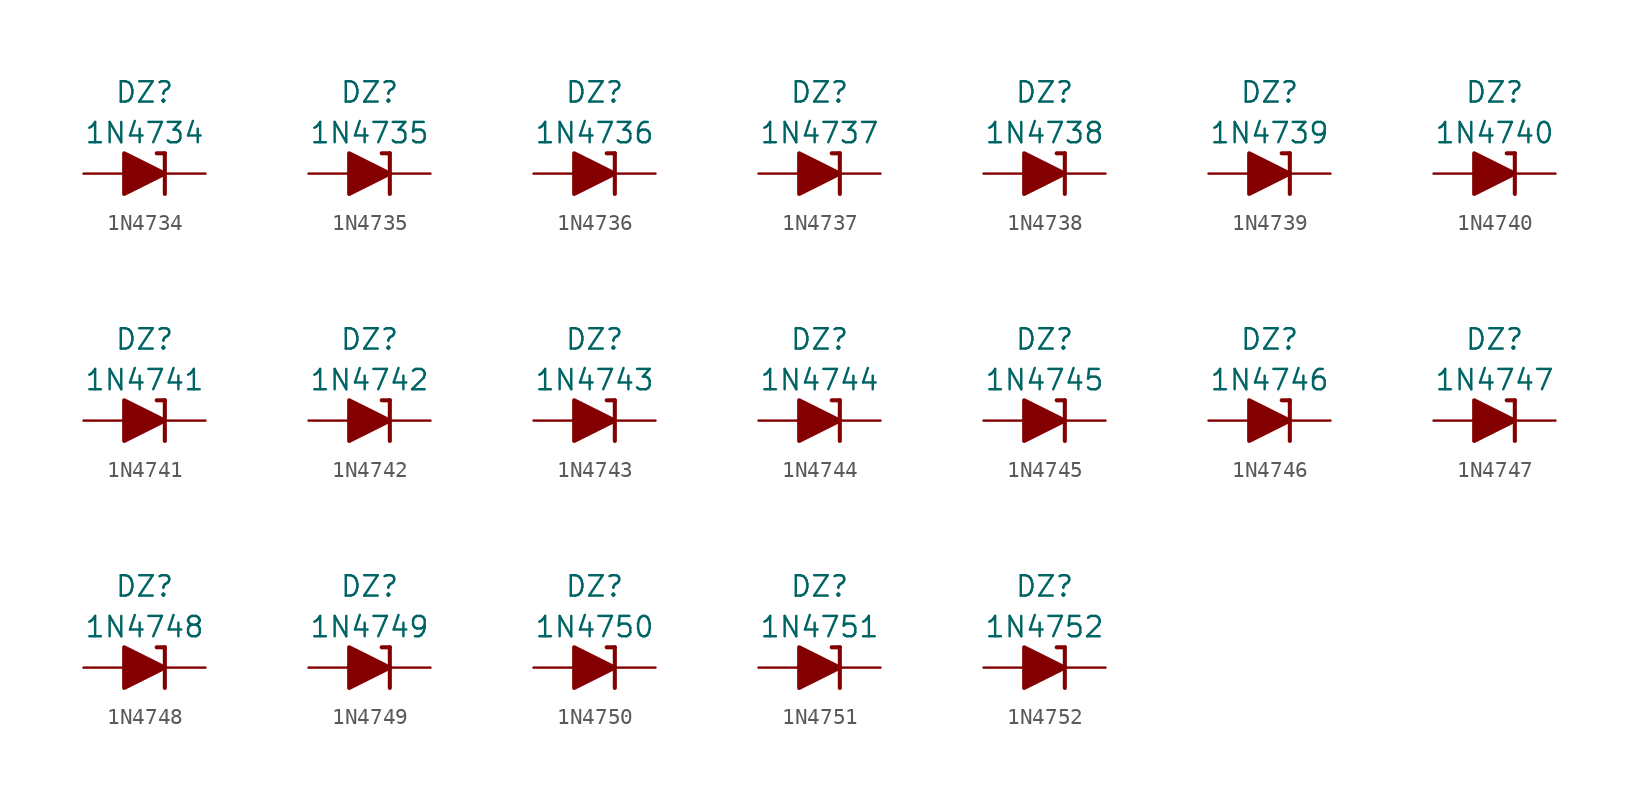
<source format=kicad_sym>
(kicad_symbol_lib
  (version 20201005)
  (generator kicad_symbol_editor)
  (symbol "Diode_Zener_AKL:1N4734"
    (pin_numbers hide)
    (pin_names
      (offset 1.016) hide)
    (property "Reference" "DZ"
      (at 0 5.08 0)
      (effects (font (size 1.27 1.27))))
    (property "Value" "1N4734"
      (at 0 2.54 0)
      (effects (font (size 1.27 1.27))))
    (symbol "1N4734_0_1"
      (polyline (pts (xy -1.27 0) (xy 1.27 0)) (stroke (width 0)) (fill (type none)))
      (polyline (pts (xy 1.27 1.27) (xy 0.762 1.27)) (stroke (width 0.254)) (fill (type none)))
      (polyline (pts (xy 1.27 1.27) (xy 1.27 -1.27)) (stroke (width 0.254)) (fill (type none)))
      (polyline (pts (xy -1.27 -1.27) (xy -1.27 1.27) (xy 1.27 0) (xy -1.27 -1.27)) (stroke (width 0.254)) (fill (type outline))))
    (symbol "1N4734_1_1"
      (pin passive line (at 3.81 0 180) (length 2.54) (name "K" (effects (font (size 1.27 1.27)))) (number "1" (effects (font (size 1.27 1.27)))))
      (pin passive line (at -3.81 0 0) (length 2.54) (name "A" (effects (font (size 1.27 1.27)))) (number "2" (effects (font (size 1.27 1.27)))))))
  (symbol "Diode_Zener_AKL:1N4735"
    (pin_numbers hide)
    (pin_names
      (offset 1.016) hide)
    (property "Reference" "DZ"
      (at 0 5.08 0)
      (effects (font (size 1.27 1.27))))
    (property "Value" "1N4735"
      (at 0 2.54 0)
      (effects (font (size 1.27 1.27))))
    (symbol "1N4735_0_1"
      (polyline (pts (xy -1.27 0) (xy 1.27 0)) (stroke (width 0)) (fill (type none)))
      (polyline (pts (xy 1.27 1.27) (xy 0.762 1.27)) (stroke (width 0.254)) (fill (type none)))
      (polyline (pts (xy 1.27 1.27) (xy 1.27 -1.27)) (stroke (width 0.254)) (fill (type none)))
      (polyline (pts (xy -1.27 -1.27) (xy -1.27 1.27) (xy 1.27 0) (xy -1.27 -1.27)) (stroke (width 0.254)) (fill (type outline))))
    (symbol "1N4735_1_1"
      (pin passive line (at 3.81 0 180) (length 2.54) (name "K" (effects (font (size 1.27 1.27)))) (number "1" (effects (font (size 1.27 1.27)))))
      (pin passive line (at -3.81 0 0) (length 2.54) (name "A" (effects (font (size 1.27 1.27)))) (number "2" (effects (font (size 1.27 1.27)))))))
  (symbol "Diode_Zener_AKL:1N4736"
    (pin_numbers hide)
    (pin_names
      (offset 1.016) hide)
    (property "Reference" "DZ"
      (at 0 5.08 0)
      (effects (font (size 1.27 1.27))))
    (property "Value" "1N4736"
      (at 0 2.54 0)
      (effects (font (size 1.27 1.27))))
    (symbol "1N4736_0_1"
      (polyline (pts (xy -1.27 0) (xy 1.27 0)) (stroke (width 0)) (fill (type none)))
      (polyline (pts (xy 1.27 1.27) (xy 0.762 1.27)) (stroke (width 0.254)) (fill (type none)))
      (polyline (pts (xy 1.27 1.27) (xy 1.27 -1.27)) (stroke (width 0.254)) (fill (type none)))
      (polyline (pts (xy -1.27 -1.27) (xy -1.27 1.27) (xy 1.27 0) (xy -1.27 -1.27)) (stroke (width 0.254)) (fill (type outline))))
    (symbol "1N4736_1_1"
      (pin passive line (at 3.81 0 180) (length 2.54) (name "K" (effects (font (size 1.27 1.27)))) (number "1" (effects (font (size 1.27 1.27)))))
      (pin passive line (at -3.81 0 0) (length 2.54) (name "A" (effects (font (size 1.27 1.27)))) (number "2" (effects (font (size 1.27 1.27)))))))
  (symbol "Diode_Zener_AKL:1N4737"
    (pin_numbers hide)
    (pin_names
      (offset 1.016) hide)
    (property "Reference" "DZ"
      (at 0 5.08 0)
      (effects (font (size 1.27 1.27))))
    (property "Value" "1N4737"
      (at 0 2.54 0)
      (effects (font (size 1.27 1.27))))
    (symbol "1N4737_0_1"
      (polyline (pts (xy -1.27 0) (xy 1.27 0)) (stroke (width 0)) (fill (type none)))
      (polyline (pts (xy 1.27 1.27) (xy 0.762 1.27)) (stroke (width 0.254)) (fill (type none)))
      (polyline (pts (xy 1.27 1.27) (xy 1.27 -1.27)) (stroke (width 0.254)) (fill (type none)))
      (polyline (pts (xy -1.27 -1.27) (xy -1.27 1.27) (xy 1.27 0) (xy -1.27 -1.27)) (stroke (width 0.254)) (fill (type outline))))
    (symbol "1N4737_1_1"
      (pin passive line (at 3.81 0 180) (length 2.54) (name "K" (effects (font (size 1.27 1.27)))) (number "1" (effects (font (size 1.27 1.27)))))
      (pin passive line (at -3.81 0 0) (length 2.54) (name "A" (effects (font (size 1.27 1.27)))) (number "2" (effects (font (size 1.27 1.27)))))))
  (symbol "Diode_Zener_AKL:1N4738"
    (pin_numbers hide)
    (pin_names
      (offset 1.016) hide)
    (property "Reference" "DZ"
      (at 0 5.08 0)
      (effects (font (size 1.27 1.27))))
    (property "Value" "1N4738"
      (at 0 2.54 0)
      (effects (font (size 1.27 1.27))))
    (symbol "1N4738_0_1"
      (polyline (pts (xy -1.27 0) (xy 1.27 0)) (stroke (width 0)) (fill (type none)))
      (polyline (pts (xy 1.27 1.27) (xy 0.762 1.27)) (stroke (width 0.254)) (fill (type none)))
      (polyline (pts (xy 1.27 1.27) (xy 1.27 -1.27)) (stroke (width 0.254)) (fill (type none)))
      (polyline (pts (xy -1.27 -1.27) (xy -1.27 1.27) (xy 1.27 0) (xy -1.27 -1.27)) (stroke (width 0.254)) (fill (type outline))))
    (symbol "1N4738_1_1"
      (pin passive line (at 3.81 0 180) (length 2.54) (name "K" (effects (font (size 1.27 1.27)))) (number "1" (effects (font (size 1.27 1.27)))))
      (pin passive line (at -3.81 0 0) (length 2.54) (name "A" (effects (font (size 1.27 1.27)))) (number "2" (effects (font (size 1.27 1.27)))))))
  (symbol "Diode_Zener_AKL:1N4739"
    (pin_numbers hide)
    (pin_names
      (offset 1.016) hide)
    (property "Reference" "DZ"
      (at 0 5.08 0)
      (effects (font (size 1.27 1.27))))
    (property "Value" "1N4739"
      (at 0 2.54 0)
      (effects (font (size 1.27 1.27))))
    (symbol "1N4739_0_1"
      (polyline (pts (xy -1.27 0) (xy 1.27 0)) (stroke (width 0)) (fill (type none)))
      (polyline (pts (xy 1.27 1.27) (xy 0.762 1.27)) (stroke (width 0.254)) (fill (type none)))
      (polyline (pts (xy 1.27 1.27) (xy 1.27 -1.27)) (stroke (width 0.254)) (fill (type none)))
      (polyline (pts (xy -1.27 -1.27) (xy -1.27 1.27) (xy 1.27 0) (xy -1.27 -1.27)) (stroke (width 0.254)) (fill (type outline))))
    (symbol "1N4739_1_1"
      (pin passive line (at 3.81 0 180) (length 2.54) (name "K" (effects (font (size 1.27 1.27)))) (number "1" (effects (font (size 1.27 1.27)))))
      (pin passive line (at -3.81 0 0) (length 2.54) (name "A" (effects (font (size 1.27 1.27)))) (number "2" (effects (font (size 1.27 1.27)))))))
  (symbol "Diode_Zener_AKL:1N4740"
    (pin_numbers hide)
    (pin_names
      (offset 1.016) hide)
    (property "Reference" "DZ"
      (at 0 5.08 0)
      (effects (font (size 1.27 1.27))))
    (property "Value" "1N4740"
      (at 0 2.54 0)
      (effects (font (size 1.27 1.27))))
    (symbol "1N4740_0_1"
      (polyline (pts (xy -1.27 0) (xy 1.27 0)) (stroke (width 0)) (fill (type none)))
      (polyline (pts (xy 1.27 1.27) (xy 0.762 1.27)) (stroke (width 0.254)) (fill (type none)))
      (polyline (pts (xy 1.27 1.27) (xy 1.27 -1.27)) (stroke (width 0.254)) (fill (type none)))
      (polyline (pts (xy -1.27 -1.27) (xy -1.27 1.27) (xy 1.27 0) (xy -1.27 -1.27)) (stroke (width 0.254)) (fill (type outline))))
    (symbol "1N4740_1_1"
      (pin passive line (at 3.81 0 180) (length 2.54) (name "K" (effects (font (size 1.27 1.27)))) (number "1" (effects (font (size 1.27 1.27)))))
      (pin passive line (at -3.81 0 0) (length 2.54) (name "A" (effects (font (size 1.27 1.27)))) (number "2" (effects (font (size 1.27 1.27)))))))
  (symbol "Diode_Zener_AKL:1N4741"
    (pin_numbers hide)
    (pin_names
      (offset 1.016) hide)
    (property "Reference" "DZ"
      (at 0 5.08 0)
      (effects (font (size 1.27 1.27))))
    (property "Value" "1N4741"
      (at 0 2.54 0)
      (effects (font (size 1.27 1.27))))
    (symbol "1N4741_0_1"
      (polyline (pts (xy -1.27 0) (xy 1.27 0)) (stroke (width 0)) (fill (type none)))
      (polyline (pts (xy 1.27 1.27) (xy 0.762 1.27)) (stroke (width 0.254)) (fill (type none)))
      (polyline (pts (xy 1.27 1.27) (xy 1.27 -1.27)) (stroke (width 0.254)) (fill (type none)))
      (polyline (pts (xy -1.27 -1.27) (xy -1.27 1.27) (xy 1.27 0) (xy -1.27 -1.27)) (stroke (width 0.254)) (fill (type outline))))
    (symbol "1N4741_1_1"
      (pin passive line (at 3.81 0 180) (length 2.54) (name "K" (effects (font (size 1.27 1.27)))) (number "1" (effects (font (size 1.27 1.27)))))
      (pin passive line (at -3.81 0 0) (length 2.54) (name "A" (effects (font (size 1.27 1.27)))) (number "2" (effects (font (size 1.27 1.27)))))))
  (symbol "Diode_Zener_AKL:1N4742"
    (pin_numbers hide)
    (pin_names
      (offset 1.016) hide)
    (property "Reference" "DZ"
      (at 0 5.08 0)
      (effects (font (size 1.27 1.27))))
    (property "Value" "1N4742"
      (at 0 2.54 0)
      (effects (font (size 1.27 1.27))))
    (symbol "1N4742_0_1"
      (polyline (pts (xy -1.27 0) (xy 1.27 0)) (stroke (width 0)) (fill (type none)))
      (polyline (pts (xy 1.27 1.27) (xy 0.762 1.27)) (stroke (width 0.254)) (fill (type none)))
      (polyline (pts (xy 1.27 1.27) (xy 1.27 -1.27)) (stroke (width 0.254)) (fill (type none)))
      (polyline (pts (xy -1.27 -1.27) (xy -1.27 1.27) (xy 1.27 0) (xy -1.27 -1.27)) (stroke (width 0.254)) (fill (type outline))))
    (symbol "1N4742_1_1"
      (pin passive line (at 3.81 0 180) (length 2.54) (name "K" (effects (font (size 1.27 1.27)))) (number "1" (effects (font (size 1.27 1.27)))))
      (pin passive line (at -3.81 0 0) (length 2.54) (name "A" (effects (font (size 1.27 1.27)))) (number "2" (effects (font (size 1.27 1.27)))))))
  (symbol "Diode_Zener_AKL:1N4743"
    (pin_numbers hide)
    (pin_names
      (offset 1.016) hide)
    (property "Reference" "DZ"
      (at 0 5.08 0)
      (effects (font (size 1.27 1.27))))
    (property "Value" "1N4743"
      (at 0 2.54 0)
      (effects (font (size 1.27 1.27))))
    (symbol "1N4743_0_1"
      (polyline (pts (xy -1.27 0) (xy 1.27 0)) (stroke (width 0)) (fill (type none)))
      (polyline (pts (xy 1.27 1.27) (xy 0.762 1.27)) (stroke (width 0.254)) (fill (type none)))
      (polyline (pts (xy 1.27 1.27) (xy 1.27 -1.27)) (stroke (width 0.254)) (fill (type none)))
      (polyline (pts (xy -1.27 -1.27) (xy -1.27 1.27) (xy 1.27 0) (xy -1.27 -1.27)) (stroke (width 0.254)) (fill (type outline))))
    (symbol "1N4743_1_1"
      (pin passive line (at 3.81 0 180) (length 2.54) (name "K" (effects (font (size 1.27 1.27)))) (number "1" (effects (font (size 1.27 1.27)))))
      (pin passive line (at -3.81 0 0) (length 2.54) (name "A" (effects (font (size 1.27 1.27)))) (number "2" (effects (font (size 1.27 1.27)))))))
  (symbol "Diode_Zener_AKL:1N4744"
    (pin_numbers hide)
    (pin_names
      (offset 1.016) hide)
    (property "Reference" "DZ"
      (at 0 5.08 0)
      (effects (font (size 1.27 1.27))))
    (property "Value" "1N4744"
      (at 0 2.54 0)
      (effects (font (size 1.27 1.27))))
    (symbol "1N4744_0_1"
      (polyline (pts (xy -1.27 0) (xy 1.27 0)) (stroke (width 0)) (fill (type none)))
      (polyline (pts (xy 1.27 1.27) (xy 0.762 1.27)) (stroke (width 0.254)) (fill (type none)))
      (polyline (pts (xy 1.27 1.27) (xy 1.27 -1.27)) (stroke (width 0.254)) (fill (type none)))
      (polyline (pts (xy -1.27 -1.27) (xy -1.27 1.27) (xy 1.27 0) (xy -1.27 -1.27)) (stroke (width 0.254)) (fill (type outline))))
    (symbol "1N4744_1_1"
      (pin passive line (at 3.81 0 180) (length 2.54) (name "K" (effects (font (size 1.27 1.27)))) (number "1" (effects (font (size 1.27 1.27)))))
      (pin passive line (at -3.81 0 0) (length 2.54) (name "A" (effects (font (size 1.27 1.27)))) (number "2" (effects (font (size 1.27 1.27)))))))
  (symbol "Diode_Zener_AKL:1N4745"
    (pin_numbers hide)
    (pin_names
      (offset 1.016) hide)
    (property "Reference" "DZ"
      (at 0 5.08 0)
      (effects (font (size 1.27 1.27))))
    (property "Value" "1N4745"
      (at 0 2.54 0)
      (effects (font (size 1.27 1.27))))
    (symbol "1N4745_0_1"
      (polyline (pts (xy -1.27 0) (xy 1.27 0)) (stroke (width 0)) (fill (type none)))
      (polyline (pts (xy 1.27 1.27) (xy 0.762 1.27)) (stroke (width 0.254)) (fill (type none)))
      (polyline (pts (xy 1.27 1.27) (xy 1.27 -1.27)) (stroke (width 0.254)) (fill (type none)))
      (polyline (pts (xy -1.27 -1.27) (xy -1.27 1.27) (xy 1.27 0) (xy -1.27 -1.27)) (stroke (width 0.254)) (fill (type outline))))
    (symbol "1N4745_1_1"
      (pin passive line (at 3.81 0 180) (length 2.54) (name "K" (effects (font (size 1.27 1.27)))) (number "1" (effects (font (size 1.27 1.27)))))
      (pin passive line (at -3.81 0 0) (length 2.54) (name "A" (effects (font (size 1.27 1.27)))) (number "2" (effects (font (size 1.27 1.27)))))))
  (symbol "Diode_Zener_AKL:1N4746"
    (pin_numbers hide)
    (pin_names
      (offset 1.016) hide)
    (property "Reference" "DZ"
      (at 0 5.08 0)
      (effects (font (size 1.27 1.27))))
    (property "Value" "1N4746"
      (at 0 2.54 0)
      (effects (font (size 1.27 1.27))))
    (symbol "1N4746_0_1"
      (polyline (pts (xy -1.27 0) (xy 1.27 0)) (stroke (width 0)) (fill (type none)))
      (polyline (pts (xy 1.27 1.27) (xy 0.762 1.27)) (stroke (width 0.254)) (fill (type none)))
      (polyline (pts (xy 1.27 1.27) (xy 1.27 -1.27)) (stroke (width 0.254)) (fill (type none)))
      (polyline (pts (xy -1.27 -1.27) (xy -1.27 1.27) (xy 1.27 0) (xy -1.27 -1.27)) (stroke (width 0.254)) (fill (type outline))))
    (symbol "1N4746_1_1"
      (pin passive line (at 3.81 0 180) (length 2.54) (name "K" (effects (font (size 1.27 1.27)))) (number "1" (effects (font (size 1.27 1.27)))))
      (pin passive line (at -3.81 0 0) (length 2.54) (name "A" (effects (font (size 1.27 1.27)))) (number "2" (effects (font (size 1.27 1.27)))))))
  (symbol "Diode_Zener_AKL:1N4747"
    (pin_numbers hide)
    (pin_names
      (offset 1.016) hide)
    (property "Reference" "DZ"
      (at 0 5.08 0)
      (effects (font (size 1.27 1.27))))
    (property "Value" "1N4747"
      (at 0 2.54 0)
      (effects (font (size 1.27 1.27))))
    (symbol "1N4747_0_1"
      (polyline (pts (xy -1.27 0) (xy 1.27 0)) (stroke (width 0)) (fill (type none)))
      (polyline (pts (xy 1.27 1.27) (xy 0.762 1.27)) (stroke (width 0.254)) (fill (type none)))
      (polyline (pts (xy 1.27 1.27) (xy 1.27 -1.27)) (stroke (width 0.254)) (fill (type none)))
      (polyline (pts (xy -1.27 -1.27) (xy -1.27 1.27) (xy 1.27 0) (xy -1.27 -1.27)) (stroke (width 0.254)) (fill (type outline))))
    (symbol "1N4747_1_1"
      (pin passive line (at 3.81 0 180) (length 2.54) (name "K" (effects (font (size 1.27 1.27)))) (number "1" (effects (font (size 1.27 1.27)))))
      (pin passive line (at -3.81 0 0) (length 2.54) (name "A" (effects (font (size 1.27 1.27)))) (number "2" (effects (font (size 1.27 1.27)))))))
  (symbol "Diode_Zener_AKL:1N4748"
    (pin_numbers hide)
    (pin_names
      (offset 1.016) hide)
    (property "Reference" "DZ"
      (at 0 5.08 0)
      (effects (font (size 1.27 1.27))))
    (property "Value" "1N4748"
      (at 0 2.54 0)
      (effects (font (size 1.27 1.27))))
    (symbol "1N4748_0_1"
      (polyline (pts (xy -1.27 0) (xy 1.27 0)) (stroke (width 0)) (fill (type none)))
      (polyline (pts (xy 1.27 1.27) (xy 0.762 1.27)) (stroke (width 0.254)) (fill (type none)))
      (polyline (pts (xy 1.27 1.27) (xy 1.27 -1.27)) (stroke (width 0.254)) (fill (type none)))
      (polyline (pts (xy -1.27 -1.27) (xy -1.27 1.27) (xy 1.27 0) (xy -1.27 -1.27)) (stroke (width 0.254)) (fill (type outline))))
    (symbol "1N4748_1_1"
      (pin passive line (at 3.81 0 180) (length 2.54) (name "K" (effects (font (size 1.27 1.27)))) (number "1" (effects (font (size 1.27 1.27)))))
      (pin passive line (at -3.81 0 0) (length 2.54) (name "A" (effects (font (size 1.27 1.27)))) (number "2" (effects (font (size 1.27 1.27)))))))
  (symbol "Diode_Zener_AKL:1N4749"
    (pin_numbers hide)
    (pin_names
      (offset 1.016) hide)
    (property "Reference" "DZ"
      (at 0 5.08 0)
      (effects (font (size 1.27 1.27))))
    (property "Value" "1N4749"
      (at 0 2.54 0)
      (effects (font (size 1.27 1.27))))
    (symbol "1N4749_0_1"
      (polyline (pts (xy -1.27 0) (xy 1.27 0)) (stroke (width 0)) (fill (type none)))
      (polyline (pts (xy 1.27 1.27) (xy 0.762 1.27)) (stroke (width 0.254)) (fill (type none)))
      (polyline (pts (xy 1.27 1.27) (xy 1.27 -1.27)) (stroke (width 0.254)) (fill (type none)))
      (polyline (pts (xy -1.27 -1.27) (xy -1.27 1.27) (xy 1.27 0) (xy -1.27 -1.27)) (stroke (width 0.254)) (fill (type outline))))
    (symbol "1N4749_1_1"
      (pin passive line (at 3.81 0 180) (length 2.54) (name "K" (effects (font (size 1.27 1.27)))) (number "1" (effects (font (size 1.27 1.27)))))
      (pin passive line (at -3.81 0 0) (length 2.54) (name "A" (effects (font (size 1.27 1.27)))) (number "2" (effects (font (size 1.27 1.27)))))))
  (symbol "Diode_Zener_AKL:1N4750"
    (pin_numbers hide)
    (pin_names
      (offset 1.016) hide)
    (property "Reference" "DZ"
      (at 0 5.08 0)
      (effects (font (size 1.27 1.27))))
    (property "Value" "1N4750"
      (at 0 2.54 0)
      (effects (font (size 1.27 1.27))))
    (symbol "1N4750_0_1"
      (polyline (pts (xy -1.27 0) (xy 1.27 0)) (stroke (width 0)) (fill (type none)))
      (polyline (pts (xy 1.27 1.27) (xy 0.762 1.27)) (stroke (width 0.254)) (fill (type none)))
      (polyline (pts (xy 1.27 1.27) (xy 1.27 -1.27)) (stroke (width 0.254)) (fill (type none)))
      (polyline (pts (xy -1.27 -1.27) (xy -1.27 1.27) (xy 1.27 0) (xy -1.27 -1.27)) (stroke (width 0.254)) (fill (type outline))))
    (symbol "1N4750_1_1"
      (pin passive line (at 3.81 0 180) (length 2.54) (name "K" (effects (font (size 1.27 1.27)))) (number "1" (effects (font (size 1.27 1.27)))))
      (pin passive line (at -3.81 0 0) (length 2.54) (name "A" (effects (font (size 1.27 1.27)))) (number "2" (effects (font (size 1.27 1.27)))))))
  (symbol "Diode_Zener_AKL:1N4751"
    (pin_numbers hide)
    (pin_names
      (offset 1.016) hide)
    (property "Reference" "DZ"
      (at 0 5.08 0)
      (effects (font (size 1.27 1.27))))
    (property "Value" "1N4751"
      (at 0 2.54 0)
      (effects (font (size 1.27 1.27))))
    (symbol "1N4751_0_1"
      (polyline (pts (xy -1.27 0) (xy 1.27 0)) (stroke (width 0)) (fill (type none)))
      (polyline (pts (xy 1.27 1.27) (xy 0.762 1.27)) (stroke (width 0.254)) (fill (type none)))
      (polyline (pts (xy 1.27 1.27) (xy 1.27 -1.27)) (stroke (width 0.254)) (fill (type none)))
      (polyline (pts (xy -1.27 -1.27) (xy -1.27 1.27) (xy 1.27 0) (xy -1.27 -1.27)) (stroke (width 0.254)) (fill (type outline))))
    (symbol "1N4751_1_1"
      (pin passive line (at 3.81 0 180) (length 2.54) (name "K" (effects (font (size 1.27 1.27)))) (number "1" (effects (font (size 1.27 1.27)))))
      (pin passive line (at -3.81 0 0) (length 2.54) (name "A" (effects (font (size 1.27 1.27)))) (number "2" (effects (font (size 1.27 1.27)))))))
  (symbol "Diode_Zener_AKL:1N4752"
    (pin_numbers hide)
    (pin_names
      (offset 1.016) hide)
    (property "Reference" "DZ"
      (at 0 5.08 0)
      (effects (font (size 1.27 1.27))))
    (property "Value" "1N4752"
      (at 0 2.54 0)
      (effects (font (size 1.27 1.27))))
    (symbol "1N4752_0_1"
      (polyline (pts (xy -1.27 0) (xy 1.27 0)) (stroke (width 0)) (fill (type none)))
      (polyline (pts (xy 1.27 1.27) (xy 0.762 1.27)) (stroke (width 0.254)) (fill (type none)))
      (polyline (pts (xy 1.27 1.27) (xy 1.27 -1.27)) (stroke (width 0.254)) (fill (type none)))
      (polyline (pts (xy -1.27 -1.27) (xy -1.27 1.27) (xy 1.27 0) (xy -1.27 -1.27)) (stroke (width 0.254)) (fill (type outline))))
    (symbol "1N4752_1_1"
      (pin passive line (at 3.81 0 180) (length 2.54) (name "K" (effects (font (size 1.27 1.27)))) (number "1" (effects (font (size 1.27 1.27)))))
      (pin passive line (at -3.81 0 0) (length 2.54) (name "A" (effects (font (size 1.27 1.27)))) (number "2" (effects (font (size 1.27 1.27))))))))
</source>
